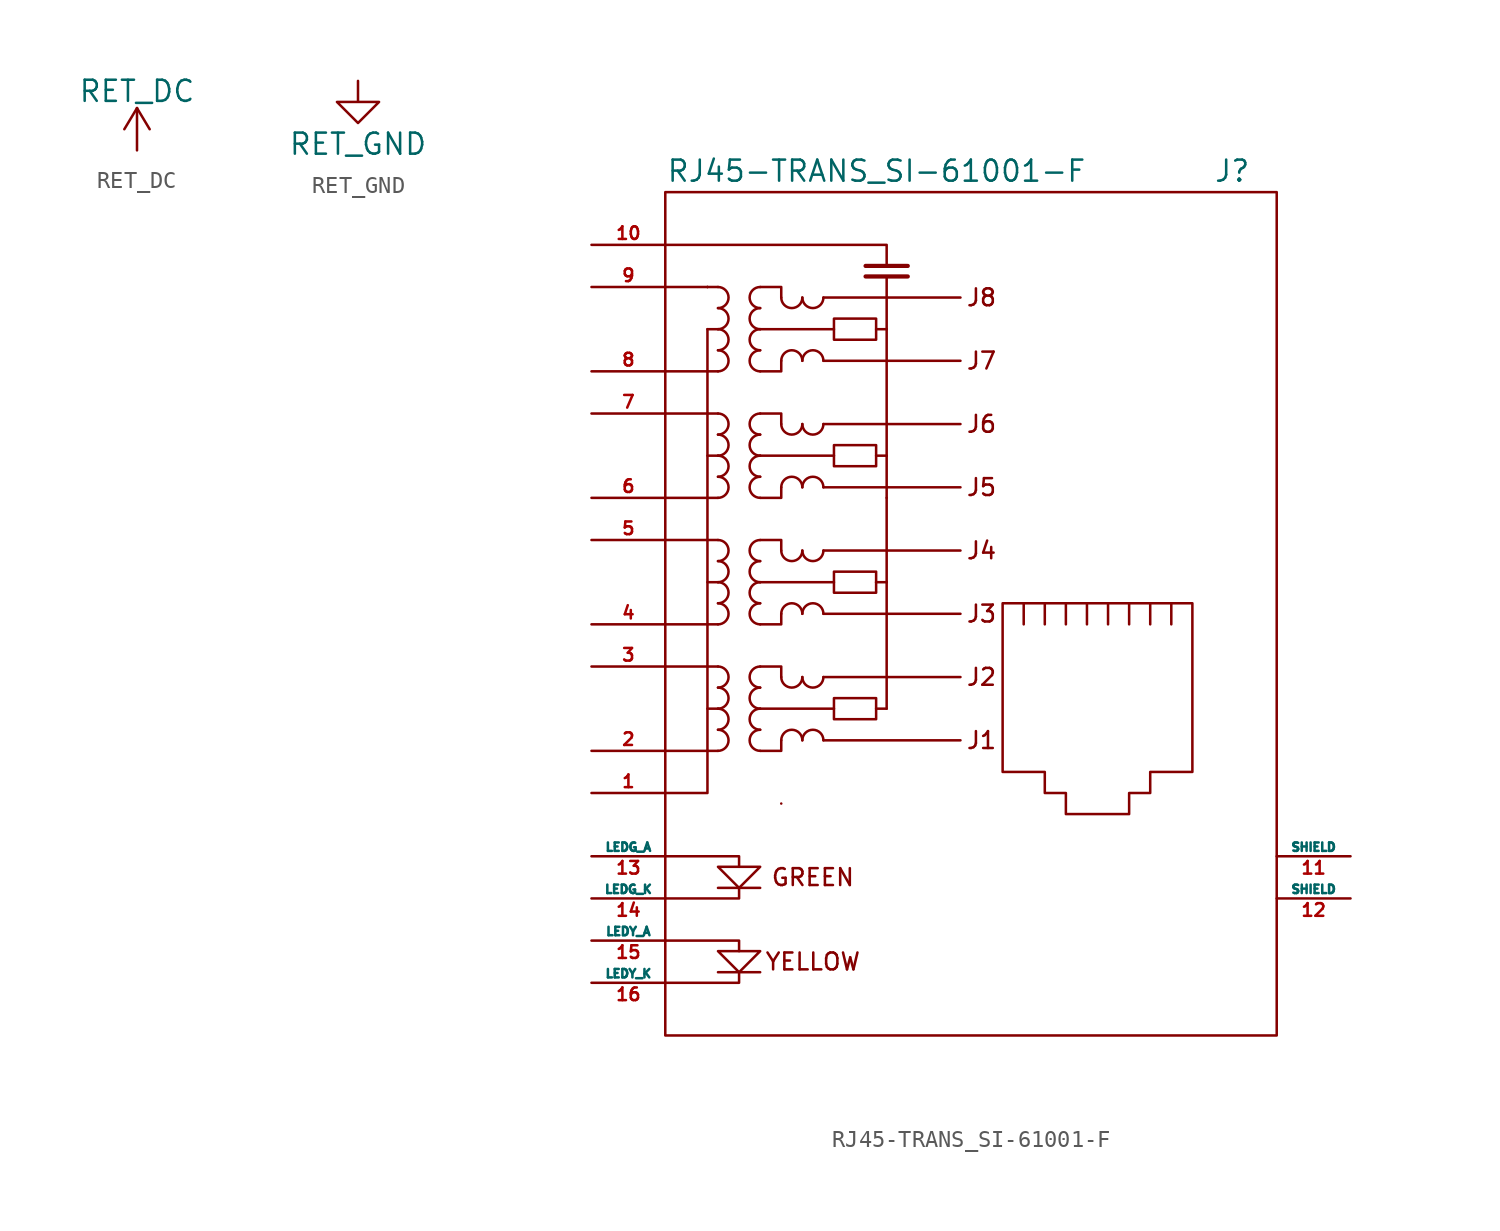
<source format=kicad_sym>
(kicad_symbol_lib
  (version 20211014)
  (generator kicad_symbol_editor)
  (symbol "RET_DC"
    (power)
    (pin_names
      (offset 0))
    (property "Reference" "#PWR"
      (at 0 -3.81 0)
      (effects (font (size 1.27 1.27)) hide))
    (property "Value" "RET_DC"
      (at 0 3.556 0)
      (effects (font (size 1.27 1.27))))
    (property "Footprint" ""
      (at 0 0 0)
      (effects (font (size 1.27 1.27))))
    (property "Datasheet" ""
      (at 0 0 0)
      (effects (font (size 1.27 1.27))))
    (symbol "RET_DC_0_1"
      (polyline (pts (xy -0.762 1.27) (xy 0 2.54)) (stroke (width 0) (type default) (color 0 0 0 0)) (fill (type none)))
      (polyline (pts (xy 0 0) (xy 0 2.54)) (stroke (width 0) (type default) (color 0 0 0 0)) (fill (type none)))
      (polyline (pts (xy 0 2.54) (xy 0.762 1.27)) (stroke (width 0) (type default) (color 0 0 0 0)) (fill (type none))))
    (symbol "RET_DC_1_1"
      (pin power_in line (at 0 0 90) (length 0) hide (name "RET_DC" (effects (font (size 1.27 1.27)))) (number "1" (effects (font (size 1.27 1.27)))))))
  (symbol "RET_GND"
    (power)
    (pin_names
      (offset 0))
    (property "Reference" "#PWR"
      (at 0 -6.35 0)
      (effects (font (size 1.27 1.27)) hide))
    (property "Value" "RET_GND"
      (at 0 -3.81 0)
      (effects (font (size 1.27 1.27))))
    (property "Footprint" ""
      (at 0 0 0)
      (effects (font (size 1.27 1.27))))
    (property "Datasheet" ""
      (at 0 0 0)
      (effects (font (size 1.27 1.27))))
    (symbol "RET_GND_0_1"
      (polyline (pts (xy 0 0) (xy 0 -1.27) (xy 1.27 -1.27) (xy 0 -2.54) (xy -1.27 -1.27) (xy 0 -1.27)) (stroke (width 0) (type default) (color 0 0 0 0)) (fill (type none))))
    (symbol "RET_GND_1_1"
      (pin power_in line (at 0 0 270) (length 0) hide (name "RET_GND" (effects (font (size 1.27 1.27)))) (number "1" (effects (font (size 1.27 1.27)))))))
  (symbol "RJ45-TRANS_SI-61001-F"
    (pin_names
      (offset 0))
    (property "Reference" "J"
      (at 6.985 34.925 0)
      (effects (font (size 1.27 1.27)) (justify left)))
    (property "Value" "RJ45-TRANS_SI-61001-F"
      (at -0.635 34.925 0)
      (effects (font (size 1.27 1.27)) (justify right)))
    (property "Footprint" ""
      (at 0 0 0)
      (effects (font (size 1.27 1.27))))
    (property "Datasheet" ""
      (at 0 0 0)
      (effects (font (size 1.27 1.27))))
    (symbol "RJ45-TRANS_SI-61001-F_0_0"
      (polyline (pts (xy -23.495 0) (xy -26.035 0)) (stroke (width 0) (type default) (color 0 0 0 0)) (fill (type none)))
      (polyline (pts (xy -23.495 0) (xy -23.495 0)) (stroke (width 0) (type default) (color 0 0 0 0)) (fill (type none)))
      (polyline (pts (xy -23.495 5.08) (xy -26.035 5.08)) (stroke (width 0) (type default) (color 0 0 0 0)) (fill (type none)))
      (polyline (pts (xy -23.495 7.62) (xy -26.035 7.62)) (stroke (width 0) (type default) (color 0 0 0 0)) (fill (type none)))
      (polyline (pts (xy -23.495 12.7) (xy -26.035 12.7)) (stroke (width 0) (type default) (color 0 0 0 0)) (fill (type none)))
      (polyline (pts (xy -23.495 15.24) (xy -26.035 15.24)) (stroke (width 0) (type default) (color 0 0 0 0)) (fill (type none)))
      (polyline (pts (xy -23.495 20.32) (xy -26.035 20.32)) (stroke (width 0) (type default) (color 0 0 0 0)) (fill (type none)))
      (polyline (pts (xy -23.495 22.86) (xy -26.035 22.86)) (stroke (width 0) (type default) (color 0 0 0 0)) (fill (type none)))
      (polyline (pts (xy -23.495 27.94) (xy -26.035 27.94)) (stroke (width 0) (type default) (color 0 0 0 0)) (fill (type none)))
      (polyline (pts (xy -23.495 27.94) (xy -23.495 27.94)) (stroke (width 0) (type default) (color 0 0 0 0)) (fill (type none)))
      (polyline (pts (xy -19.05 -3.175) (xy -19.05 -3.175)) (stroke (width 0) (type default) (color 0 0 0 0)) (fill (type none)))
      (polyline (pts (xy -13.335 2.54) (xy -12.7 2.54)) (stroke (width 0) (type default) (color 0 0 0 0)) (fill (type none)))
      (polyline (pts (xy -13.335 10.16) (xy -13.335 10.16)) (stroke (width 0) (type default) (color 0 0 0 0)) (fill (type none)))
      (polyline (pts (xy -13.335 10.16) (xy -12.7 10.16)) (stroke (width 0) (type default) (color 0 0 0 0)) (fill (type none)))
      (polyline (pts (xy -13.335 17.78) (xy -12.7 17.78)) (stroke (width 0) (type default) (color 0 0 0 0)) (fill (type none)))
      (polyline (pts (xy -13.335 25.4) (xy -12.7 25.4)) (stroke (width 0) (type default) (color 0 0 0 0)) (fill (type none)))
      (polyline (pts (xy -12.7 15.24) (xy -12.7 10.16)) (stroke (width 0) (type default) (color 0 0 0 0)) (fill (type none)))
      (polyline (pts (xy -12.7 25.4) (xy -12.7 28.575)) (stroke (width 0) (type default) (color 0 0 0 0)) (fill (type none)))
      (polyline (pts (xy -26.035 30.48) (xy -12.7 30.48) (xy -12.7 29.21)) (stroke (width 0) (type default) (color 0 0 0 0)) (fill (type none)))
      (polyline (pts (xy -20.32 -13.335) (xy -22.86 -13.335) (xy -22.86 -13.335)) (stroke (width 0) (type default) (color 0 0 0 0)) (fill (type none)))
      (polyline (pts (xy -20.32 -8.255) (xy -22.86 -8.255) (xy -22.86 -8.255)) (stroke (width 0) (type default) (color 0 0 0 0)) (fill (type none)))
      (polyline (pts (xy -12.7 10.16) (xy -12.7 2.54) (xy -12.7 2.54)) (stroke (width 0) (type default) (color 0 0 0 0)) (fill (type none)))
      (polyline (pts (xy -12.7 17.78) (xy -12.7 15.24) (xy -12.7 15.24)) (stroke (width 0) (type default) (color 0 0 0 0)) (fill (type none)))
      (polyline (pts (xy -12.7 25.4) (xy -12.7 17.78) (xy -12.7 17.78)) (stroke (width 0) (type default) (color 0 0 0 0)) (fill (type none)))
      (polyline (pts (xy -11.43 29.21) (xy -13.97 29.21) (xy -13.97 29.21)) (stroke (width 0.254) (type default) (color 0 0 0 0)) (fill (type none)))
      (polyline (pts (xy -26.035 -13.97) (xy -21.59 -13.97) (xy -21.59 -13.335) (xy -21.59 -13.335)) (stroke (width 0) (type default) (color 0 0 0 0)) (fill (type none)))
      (polyline (pts (xy -26.035 -11.43) (xy -21.59 -11.43) (xy -21.59 -12.065) (xy -21.59 -12.065)) (stroke (width 0) (type default) (color 0 0 0 0)) (fill (type none)))
      (polyline (pts (xy -26.035 -6.35) (xy -21.59 -6.35) (xy -21.59 -6.985) (xy -21.59 -6.985)) (stroke (width 0) (type default) (color 0 0 0 0)) (fill (type none)))
      (polyline (pts (xy -21.59 -8.255) (xy -21.59 -8.89) (xy -26.035 -8.89) (xy -25.4 -8.89)) (stroke (width 0) (type default) (color 0 0 0 0)) (fill (type none)))
      (polyline (pts (xy -11.43 28.575) (xy -13.335 28.575) (xy -13.97 28.575) (xy -13.97 28.575)) (stroke (width 0.254) (type default) (color 0 0 0 0)) (fill (type none)))
      (polyline (pts (xy -22.86 -6.985) (xy -20.32 -6.985) (xy -21.59 -8.255) (xy -22.86 -6.985) (xy -22.86 -6.985)) (stroke (width 0) (type default) (color 0 0 0 0)) (fill (type none)))
      (polyline (pts (xy -20.32 -12.065) (xy -22.86 -12.065) (xy -21.59 -13.335) (xy -20.32 -12.065) (xy -20.32 -12.065)) (stroke (width 0) (type default) (color 0 0 0 0)) (fill (type none)))
      (polyline (pts (xy -23.495 25.4) (xy -23.495 17.78) (xy -23.495 10.16) (xy -23.495 2.54) (xy -23.495 -2.54) (xy -26.035 -2.54)) (stroke (width 0) (type default) (color 0 0 0 0)) (fill (type none)))
      (text "GREEN" (at -17.145 -7.62 0) (effects (font (size 1.016 1.016))))
      (text "J1" (at -6.985 0.635 0) (effects (font (size 1.016 1.016))))
      (text "J2" (at -6.985 4.445 0) (effects (font (size 1.016 1.016))))
      (text "J3" (at -6.985 8.255 0) (effects (font (size 1.016 1.016))))
      (text "J4" (at -6.985 12.065 0) (effects (font (size 1.016 1.016))))
      (text "J5" (at -6.985 15.875 0) (effects (font (size 1.016 1.016))))
      (text "J6" (at -6.985 19.685 0) (effects (font (size 1.016 1.016))))
      (text "J7" (at -6.985 23.495 0) (effects (font (size 1.016 1.016))))
      (text "J8" (at -6.985 27.305 0) (effects (font (size 1.016 1.016))))
      (text "YELLOW" (at -17.145 -12.7 0) (effects (font (size 1.016 1.016)))))
    (symbol "RJ45-TRANS_SI-61001-F_0_1"
      (rectangle (start -26.035 -17.145) (end 10.795 33.655) (stroke (width 0) (type default) (color 0 0 0 0)) (fill (type none)))
      (arc (start -22.86 0) (mid -22.225 0.635) (end -22.86 1.27) (stroke (width 0) (type default) (color 0 0 0 0)) (fill (type none)))
      (arc (start -22.86 1.27) (mid -22.225 1.905) (end -22.86 2.54) (stroke (width 0) (type default) (color 0 0 0 0)) (fill (type none)))
      (arc (start -22.86 2.54) (mid -22.225 3.175) (end -22.86 3.81) (stroke (width 0) (type default) (color 0 0 0 0)) (fill (type none)))
      (arc (start -22.86 3.81) (mid -22.225 4.445) (end -22.86 5.08) (stroke (width 0) (type default) (color 0 0 0 0)) (fill (type none)))
      (arc (start -22.86 7.62) (mid -22.225 8.255) (end -22.86 8.89) (stroke (width 0) (type default) (color 0 0 0 0)) (fill (type none)))
      (arc (start -22.86 8.89) (mid -22.225 9.525) (end -22.86 10.16) (stroke (width 0) (type default) (color 0 0 0 0)) (fill (type none)))
      (arc (start -22.86 10.16) (mid -22.225 10.795) (end -22.86 11.43) (stroke (width 0) (type default) (color 0 0 0 0)) (fill (type none)))
      (arc (start -22.86 11.43) (mid -22.225 12.065) (end -22.86 12.7) (stroke (width 0) (type default) (color 0 0 0 0)) (fill (type none)))
      (arc (start -22.86 15.24) (mid -22.225 15.875) (end -22.86 16.51) (stroke (width 0) (type default) (color 0 0 0 0)) (fill (type none)))
      (arc (start -22.86 16.51) (mid -22.225 17.145) (end -22.86 17.78) (stroke (width 0) (type default) (color 0 0 0 0)) (fill (type none)))
      (arc (start -22.86 17.78) (mid -22.225 18.415) (end -22.86 19.05) (stroke (width 0) (type default) (color 0 0 0 0)) (fill (type none)))
      (arc (start -22.86 19.05) (mid -22.225 19.685) (end -22.86 20.32) (stroke (width 0) (type default) (color 0 0 0 0)) (fill (type none)))
      (arc (start -22.86 22.86) (mid -22.225 23.495) (end -22.86 24.13) (stroke (width 0) (type default) (color 0 0 0 0)) (fill (type none)))
      (arc (start -22.86 24.13) (mid -22.225 24.765) (end -22.86 25.4) (stroke (width 0) (type default) (color 0 0 0 0)) (fill (type none)))
      (arc (start -22.86 25.4) (mid -22.225 26.035) (end -22.86 26.67) (stroke (width 0) (type default) (color 0 0 0 0)) (fill (type none)))
      (arc (start -22.86 26.67) (mid -22.225 27.305) (end -22.86 27.94) (stroke (width 0) (type default) (color 0 0 0 0)) (fill (type none)))
      (arc (start -20.32 1.27) (mid -20.955 0.635) (end -20.32 0) (stroke (width 0) (type default) (color 0 0 0 0)) (fill (type none)))
      (arc (start -20.32 2.54) (mid -20.955 1.905) (end -20.32 1.27) (stroke (width 0) (type default) (color 0 0 0 0)) (fill (type none)))
      (arc (start -20.32 3.81) (mid -20.955 3.175) (end -20.32 2.54) (stroke (width 0) (type default) (color 0 0 0 0)) (fill (type none)))
      (arc (start -20.32 5.08) (mid -20.955 4.445) (end -20.32 3.81) (stroke (width 0) (type default) (color 0 0 0 0)) (fill (type none)))
      (arc (start -20.32 8.89) (mid -20.955 8.255) (end -20.32 7.62) (stroke (width 0) (type default) (color 0 0 0 0)) (fill (type none)))
      (arc (start -20.32 10.16) (mid -20.955 9.525) (end -20.32 8.89) (stroke (width 0) (type default) (color 0 0 0 0)) (fill (type none)))
      (arc (start -20.32 11.43) (mid -20.955 10.795) (end -20.32 10.16) (stroke (width 0) (type default) (color 0 0 0 0)) (fill (type none)))
      (arc (start -20.32 12.7) (mid -20.955 12.065) (end -20.32 11.43) (stroke (width 0) (type default) (color 0 0 0 0)) (fill (type none)))
      (arc (start -20.32 16.51) (mid -20.955 15.875) (end -20.32 15.24) (stroke (width 0) (type default) (color 0 0 0 0)) (fill (type none)))
      (arc (start -20.32 17.78) (mid -20.955 17.145) (end -20.32 16.51) (stroke (width 0) (type default) (color 0 0 0 0)) (fill (type none)))
      (arc (start -20.32 19.05) (mid -20.955 18.415) (end -20.32 17.78) (stroke (width 0) (type default) (color 0 0 0 0)) (fill (type none)))
      (arc (start -20.32 20.32) (mid -20.955 19.685) (end -20.32 19.05) (stroke (width 0) (type default) (color 0 0 0 0)) (fill (type none)))
      (arc (start -20.32 24.13) (mid -20.955 23.495) (end -20.32 22.86) (stroke (width 0) (type default) (color 0 0 0 0)) (fill (type none)))
      (arc (start -20.32 25.4) (mid -20.955 24.765) (end -20.32 24.13) (stroke (width 0) (type default) (color 0 0 0 0)) (fill (type none)))
      (arc (start -20.32 26.67) (mid -20.955 26.035) (end -20.32 25.4) (stroke (width 0) (type default) (color 0 0 0 0)) (fill (type none)))
      (arc (start -20.32 27.94) (mid -20.955 27.305) (end -20.32 26.67) (stroke (width 0) (type default) (color 0 0 0 0)) (fill (type none)))
      (arc (start -19.05 4.445) (mid -18.415 3.81) (end -17.78 4.445) (stroke (width 0) (type default) (color 0 0 0 0)) (fill (type none)))
      (arc (start -19.05 12.065) (mid -18.415 11.43) (end -17.78 12.065) (stroke (width 0) (type default) (color 0 0 0 0)) (fill (type none)))
      (arc (start -19.05 19.685) (mid -18.415 19.05) (end -17.78 19.685) (stroke (width 0) (type default) (color 0 0 0 0)) (fill (type none)))
      (arc (start -19.05 27.305) (mid -18.415 26.67) (end -17.78 27.305) (stroke (width 0) (type default) (color 0 0 0 0)) (fill (type none)))
      (arc (start -17.78 0.635) (mid -18.415 1.27) (end -19.05 0.635) (stroke (width 0) (type default) (color 0 0 0 0)) (fill (type none)))
      (arc (start -17.78 4.445) (mid -17.145 3.81) (end -16.51 4.445) (stroke (width 0) (type default) (color 0 0 0 0)) (fill (type none)))
      (arc (start -17.78 8.255) (mid -18.415 8.89) (end -19.05 8.255) (stroke (width 0) (type default) (color 0 0 0 0)) (fill (type none)))
      (arc (start -17.78 12.065) (mid -17.145 11.43) (end -16.51 12.065) (stroke (width 0) (type default) (color 0 0 0 0)) (fill (type none)))
      (arc (start -17.78 15.875) (mid -18.415 16.51) (end -19.05 15.875) (stroke (width 0) (type default) (color 0 0 0 0)) (fill (type none)))
      (arc (start -17.78 19.685) (mid -17.145 19.05) (end -16.51 19.685) (stroke (width 0) (type default) (color 0 0 0 0)) (fill (type none)))
      (arc (start -17.78 23.495) (mid -18.415 24.13) (end -19.05 23.495) (stroke (width 0) (type default) (color 0 0 0 0)) (fill (type none)))
      (arc (start -17.78 27.305) (mid -17.145 26.67) (end -16.51 27.305) (stroke (width 0) (type default) (color 0 0 0 0)) (fill (type none)))
      (arc (start -16.51 0.635) (mid -17.145 1.27) (end -17.78 0.635) (stroke (width 0) (type default) (color 0 0 0 0)) (fill (type none)))
      (arc (start -16.51 8.255) (mid -17.145 8.89) (end -17.78 8.255) (stroke (width 0) (type default) (color 0 0 0 0)) (fill (type none)))
      (arc (start -16.51 15.875) (mid -17.145 16.51) (end -17.78 15.875) (stroke (width 0) (type default) (color 0 0 0 0)) (fill (type none)))
      (arc (start -16.51 23.495) (mid -17.145 24.13) (end -17.78 23.495) (stroke (width 0) (type default) (color 0 0 0 0)) (fill (type none)))
      (rectangle (start -15.875 3.175) (end -13.335 1.905) (stroke (width 0) (type default) (color 0 0 0 0)) (fill (type none)))
      (rectangle (start -15.875 10.795) (end -13.335 9.525) (stroke (width 0) (type default) (color 0 0 0 0)) (fill (type none)))
      (rectangle (start -15.875 18.415) (end -13.335 17.145) (stroke (width 0) (type default) (color 0 0 0 0)) (fill (type none)))
      (rectangle (start -15.875 26.035) (end -13.335 24.765) (stroke (width 0) (type default) (color 0 0 0 0)) (fill (type none)))
      (polyline (pts (xy -22.86 0) (xy -23.495 0) (xy -23.495 0)) (stroke (width 0) (type default) (color 0 0 0 0)) (fill (type none)))
      (polyline (pts (xy -22.86 2.54) (xy -23.495 2.54) (xy -23.495 2.54)) (stroke (width 0) (type default) (color 0 0 0 0)) (fill (type none)))
      (polyline (pts (xy -22.86 5.08) (xy -23.495 5.08) (xy -23.495 5.08)) (stroke (width 0) (type default) (color 0 0 0 0)) (fill (type none)))
      (polyline (pts (xy -22.86 7.62) (xy -23.495 7.62) (xy -23.495 7.62)) (stroke (width 0) (type default) (color 0 0 0 0)) (fill (type none)))
      (polyline (pts (xy -22.86 10.16) (xy -23.495 10.16) (xy -23.495 10.16)) (stroke (width 0) (type default) (color 0 0 0 0)) (fill (type none)))
      (polyline (pts (xy -22.86 15.24) (xy -23.495 15.24) (xy -23.495 15.24)) (stroke (width 0) (type default) (color 0 0 0 0)) (fill (type none)))
      (polyline (pts (xy -22.86 17.78) (xy -23.495 17.78) (xy -23.495 17.78)) (stroke (width 0) (type default) (color 0 0 0 0)) (fill (type none)))
      (polyline (pts (xy -22.86 20.32) (xy -23.495 20.32) (xy -23.495 20.32)) (stroke (width 0) (type default) (color 0 0 0 0)) (fill (type none)))
      (polyline (pts (xy -22.86 22.86) (xy -23.495 22.86) (xy -23.495 22.86)) (stroke (width 0) (type default) (color 0 0 0 0)) (fill (type none)))
      (polyline (pts (xy -22.86 25.4) (xy -23.495 25.4) (xy -23.495 25.4)) (stroke (width 0) (type default) (color 0 0 0 0)) (fill (type none)))
      (polyline (pts (xy -16.51 0.635) (xy -8.255 0.635) (xy -8.255 0.635)) (stroke (width 0) (type default) (color 0 0 0 0)) (fill (type none)))
      (polyline (pts (xy -16.51 4.445) (xy -8.255 4.445) (xy -8.255 4.445)) (stroke (width 0) (type default) (color 0 0 0 0)) (fill (type none)))
      (polyline (pts (xy -16.51 8.255) (xy -8.255 8.255) (xy -8.255 8.255)) (stroke (width 0) (type default) (color 0 0 0 0)) (fill (type none)))
      (polyline (pts (xy -16.51 12.065) (xy -8.255 12.065) (xy -8.255 12.065)) (stroke (width 0) (type default) (color 0 0 0 0)) (fill (type none)))
      (polyline (pts (xy -16.51 15.875) (xy -8.255 15.875) (xy -8.255 15.875)) (stroke (width 0) (type default) (color 0 0 0 0)) (fill (type none)))
      (polyline (pts (xy -16.51 19.685) (xy -8.255 19.685) (xy -8.255 19.685)) (stroke (width 0) (type default) (color 0 0 0 0)) (fill (type none)))
      (polyline (pts (xy -16.51 23.495) (xy -8.255 23.495) (xy -8.255 23.495)) (stroke (width 0) (type default) (color 0 0 0 0)) (fill (type none)))
      (polyline (pts (xy -16.51 27.305) (xy -8.255 27.305) (xy -8.255 27.305)) (stroke (width 0) (type default) (color 0 0 0 0)) (fill (type none)))
      (polyline (pts (xy -4.445 7.62) (xy -4.445 8.89) (xy -4.445 8.89)) (stroke (width 0) (type default) (color 0 0 0 0)) (fill (type none)))
      (polyline (pts (xy -3.175 8.89) (xy -3.175 7.62) (xy -3.175 7.62)) (stroke (width 0) (type default) (color 0 0 0 0)) (fill (type none)))
      (polyline (pts (xy -1.905 8.89) (xy -1.905 7.62) (xy -1.905 7.62)) (stroke (width 0) (type default) (color 0 0 0 0)) (fill (type none)))
      (polyline (pts (xy -0.635 8.89) (xy -0.635 7.62) (xy -0.635 7.62)) (stroke (width 0) (type default) (color 0 0 0 0)) (fill (type none)))
      (polyline (pts (xy 0.635 8.89) (xy 0.635 7.62) (xy 0.635 7.62)) (stroke (width 0) (type default) (color 0 0 0 0)) (fill (type none)))
      (polyline (pts (xy 1.905 8.89) (xy 1.905 7.62) (xy 1.905 7.62)) (stroke (width 0) (type default) (color 0 0 0 0)) (fill (type none)))
      (polyline (pts (xy 3.175 7.62) (xy 3.175 8.89) (xy 3.175 8.89)) (stroke (width 0) (type default) (color 0 0 0 0)) (fill (type none)))
      (polyline (pts (xy 4.445 7.62) (xy 4.445 8.89) (xy 4.445 8.89)) (stroke (width 0) (type default) (color 0 0 0 0)) (fill (type none)))
      (polyline (pts (xy -22.86 12.7) (xy -23.495 12.7) (xy -23.495 12.7) (xy -23.495 12.7)) (stroke (width 0) (type default) (color 0 0 0 0)) (fill (type none)))
      (polyline (pts (xy -22.86 27.94) (xy -23.495 27.94) (xy -23.495 27.94) (xy -23.495 27.94)) (stroke (width 0) (type default) (color 0 0 0 0)) (fill (type none)))
      (polyline (pts (xy -19.05 0.635) (xy -19.05 0) (xy -20.32 0) (xy -20.32 0)) (stroke (width 0) (type default) (color 0 0 0 0)) (fill (type none)))
      (polyline (pts (xy -19.05 8.255) (xy -19.05 7.62) (xy -20.32 7.62) (xy -20.32 7.62)) (stroke (width 0) (type default) (color 0 0 0 0)) (fill (type none)))
      (polyline (pts (xy -19.05 15.875) (xy -19.05 15.24) (xy -20.32 15.24) (xy -20.32 15.24)) (stroke (width 0) (type default) (color 0 0 0 0)) (fill (type none)))
      (polyline (pts (xy -19.05 23.495) (xy -19.05 22.86) (xy -20.32 22.86) (xy -20.32 22.86)) (stroke (width 0) (type default) (color 0 0 0 0)) (fill (type none)))
      (polyline (pts (xy -15.875 2.54) (xy -20.32 2.54) (xy -20.32 2.54) (xy -20.32 2.54)) (stroke (width 0) (type default) (color 0 0 0 0)) (fill (type none)))
      (polyline (pts (xy -15.875 10.16) (xy -20.32 10.16) (xy -20.32 10.16) (xy -20.32 10.16)) (stroke (width 0) (type default) (color 0 0 0 0)) (fill (type none)))
      (polyline (pts (xy -15.875 17.78) (xy -20.32 17.78) (xy -20.32 17.78) (xy -20.32 17.78)) (stroke (width 0) (type default) (color 0 0 0 0)) (fill (type none)))
      (polyline (pts (xy -15.875 25.4) (xy -20.32 25.4) (xy -20.32 25.4) (xy -20.32 25.4)) (stroke (width 0) (type default) (color 0 0 0 0)) (fill (type none)))
      (polyline (pts (xy -20.32 5.08) (xy -19.05 5.08) (xy -19.05 4.445) (xy -19.05 4.445) (xy -19.05 4.445) (xy -19.05 4.445)) (stroke (width 0) (type default) (color 0 0 0 0)) (fill (type none)))
      (polyline (pts (xy -20.32 12.7) (xy -19.05 12.7) (xy -19.05 12.065) (xy -19.05 12.065) (xy -19.05 12.065) (xy -19.05 12.065)) (stroke (width 0) (type default) (color 0 0 0 0)) (fill (type none)))
      (polyline (pts (xy -20.32 20.32) (xy -19.05 20.32) (xy -19.05 19.685) (xy -19.05 19.685) (xy -19.05 19.685) (xy -19.05 19.685)) (stroke (width 0) (type default) (color 0 0 0 0)) (fill (type none)))
      (polyline (pts (xy -20.32 27.94) (xy -19.05 27.94) (xy -19.05 27.305) (xy -19.05 27.305) (xy -19.05 27.305) (xy -19.05 27.305)) (stroke (width 0) (type default) (color 0 0 0 0)) (fill (type none)))
      (polyline (pts (xy -5.715 8.89) (xy 5.715 8.89) (xy 5.715 -1.27) (xy 3.175 -1.27) (xy 3.175 -2.54) (xy 1.905 -2.54) (xy 1.905 -3.81) (xy -1.905 -3.81) (xy -1.905 -2.54) (xy -3.175 -2.54) (xy -3.175 -1.27) (xy -5.715 -1.27) (xy -5.715 8.89) (xy -5.715 8.89)) (stroke (width 0) (type default) (color 0 0 0 0)) (fill (type none))))
    (symbol "RJ45-TRANS_SI-61001-F_1_1"
      (pin passive line (at -30.48 -2.54 0) (length 4.445) (name "~" (effects (font (size 0.508 0.508)))) (number "1" (effects (font (size 0.762 0.762)))))
      (pin input line (at -30.48 30.48 0) (length 4.445) (name "~" (effects (font (size 0.508 0.508)))) (number "10" (effects (font (size 0.762 0.762)))))
      (pin passive line (at 15.24 -6.35 180) (length 4.445) (name "SHIELD" (effects (font (size 0.508 0.508)))) (number "11" (effects (font (size 0.762 0.762)))))
      (pin passive line (at 15.24 -8.89 180) (length 4.445) (name "SHIELD" (effects (font (size 0.508 0.508)))) (number "12" (effects (font (size 0.762 0.762)))))
      (pin passive line (at -30.48 -6.35 0) (length 4.445) (name "LEDG_A" (effects (font (size 0.508 0.508)))) (number "13" (effects (font (size 0.762 0.762)))))
      (pin passive line (at -30.48 -8.89 0) (length 4.445) (name "LEDG_K" (effects (font (size 0.508 0.508)))) (number "14" (effects (font (size 0.762 0.762)))))
      (pin passive line (at -30.48 -11.43 0) (length 4.445) (name "LEDY_A" (effects (font (size 0.508 0.508)))) (number "15" (effects (font (size 0.762 0.762)))))
      (pin passive line (at -30.48 -13.97 0) (length 4.445) (name "LEDY_K" (effects (font (size 0.508 0.508)))) (number "16" (effects (font (size 0.762 0.762)))))
      (pin passive line (at -30.48 0 0) (length 4.445) (name "~" (effects (font (size 0.508 0.508)))) (number "2" (effects (font (size 0.762 0.762)))))
      (pin passive line (at -30.48 5.08 0) (length 4.445) (name "~" (effects (font (size 0.508 0.508)))) (number "3" (effects (font (size 0.762 0.762)))))
      (pin passive line (at -30.48 7.62 0) (length 4.445) (name "~" (effects (font (size 0.508 0.508)))) (number "4" (effects (font (size 0.762 0.762)))))
      (pin passive line (at -30.48 12.7 0) (length 4.445) (name "~" (effects (font (size 0.508 0.508)))) (number "5" (effects (font (size 0.762 0.762)))))
      (pin input line (at -30.48 15.24 0) (length 4.445) (name "~" (effects (font (size 0.508 0.508)))) (number "6" (effects (font (size 0.762 0.762)))))
      (pin input line (at -30.48 20.32 0) (length 4.445) (name "~" (effects (font (size 0.508 0.508)))) (number "7" (effects (font (size 0.762 0.762)))))
      (pin input line (at -30.48 22.86 0) (length 4.445) (name "~" (effects (font (size 0.508 0.508)))) (number "8" (effects (font (size 0.762 0.762)))))
      (pin input line (at -30.48 27.94 0) (length 4.445) (name "~" (effects (font (size 0.508 0.508)))) (number "9" (effects (font (size 0.762 0.762))))))))
</source>
